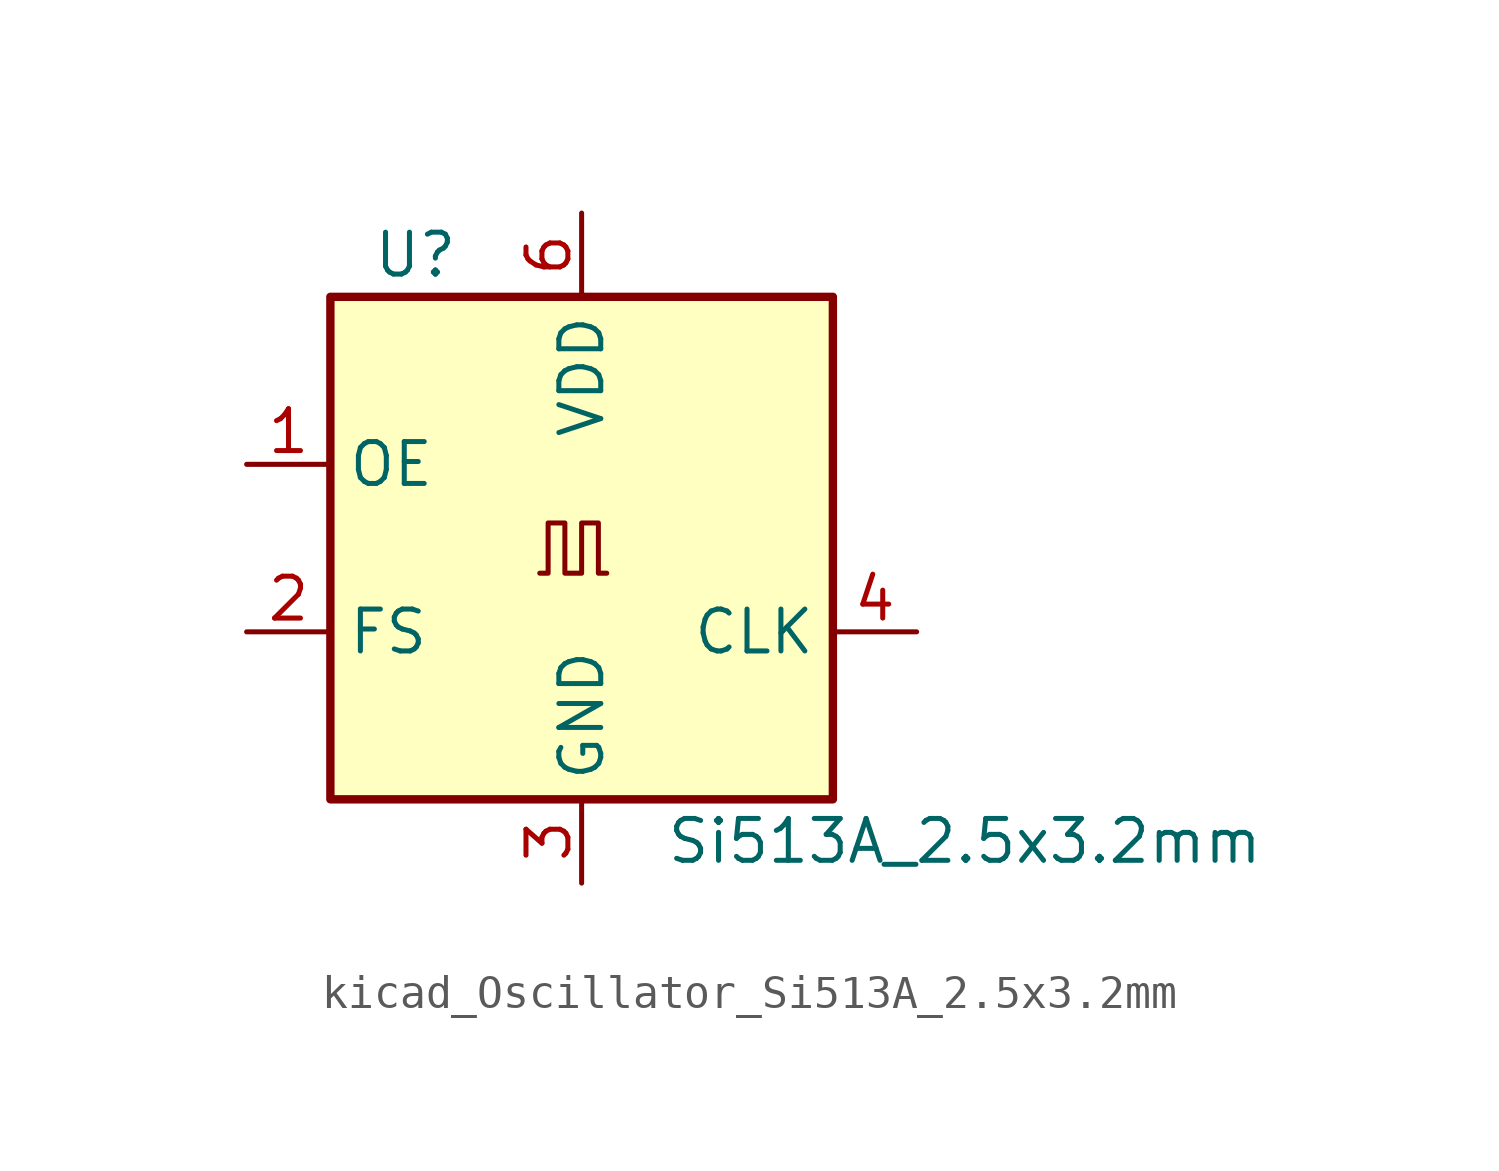
<source format=kicad_sym>
(kicad_symbol_lib
  (version 20220914)
  (generator kicad_symbol_editor)
  (symbol "kicad_Oscillator_Si513A_2.5x3.2mm"
    (property "Reference" "U"
      (at -6.35 8.89 0)
      (effects (font (size 1.27 1.27)) (justify left)))
    (property "Value" "Si513A_2.5x3.2mm"
      (at 2.54 -8.89 0)
      (effects (font (size 1.27 1.27)) (justify left)))
    (symbol "kicad_Oscillator_Si513A_2.5x3.2mm_0_1"
      (rectangle (start -7.62 7.62) (end 7.62 -7.62) (stroke (width 0.254) (type default)) (fill (type background)))
      (polyline (pts (xy -1.27 -0.762) (xy -1.016 -0.762) (xy -1.016 0.762) (xy -0.508 0.762) (xy -0.508 -0.762) (xy 0 -0.762) (xy 0 0.762) (xy 0.508 0.762) (xy 0.508 -0.762) (xy 0.762 -0.762)) (stroke (width 0) (type default)) (fill (type none))))
    (symbol "kicad_Oscillator_Si513A_2.5x3.2mm_1_1"
      (pin input line (at -10.16 2.54 0) (length 2.54) (name "OE" (effects (font (size 1.27 1.27)))) (number "1" (effects (font (size 1.27 1.27)))))
      (pin input line (at -10.16 -2.54 0) (length 2.54) (name "FS" (effects (font (size 1.27 1.27)))) (number "2" (effects (font (size 1.27 1.27)))))
      (pin power_in line (at 0 -10.16 90) (length 2.54) (name "GND" (effects (font (size 1.27 1.27)))) (number "3" (effects (font (size 1.27 1.27)))))
      (pin output line (at 10.16 -2.54 180) (length 2.54) (name "CLK" (effects (font (size 1.27 1.27)))) (number "4" (effects (font (size 1.27 1.27)))))
      (pin no_connect line (at 7.62 2.54 180) (length 2.54) hide (name "NC" (effects (font (size 1.27 1.27)))) (number "5" (effects (font (size 1.27 1.27)))))
      (pin power_in line (at 0 10.16 270) (length 2.54) (name "VDD" (effects (font (size 1.27 1.27)))) (number "6" (effects (font (size 1.27 1.27))))))))
</source>
